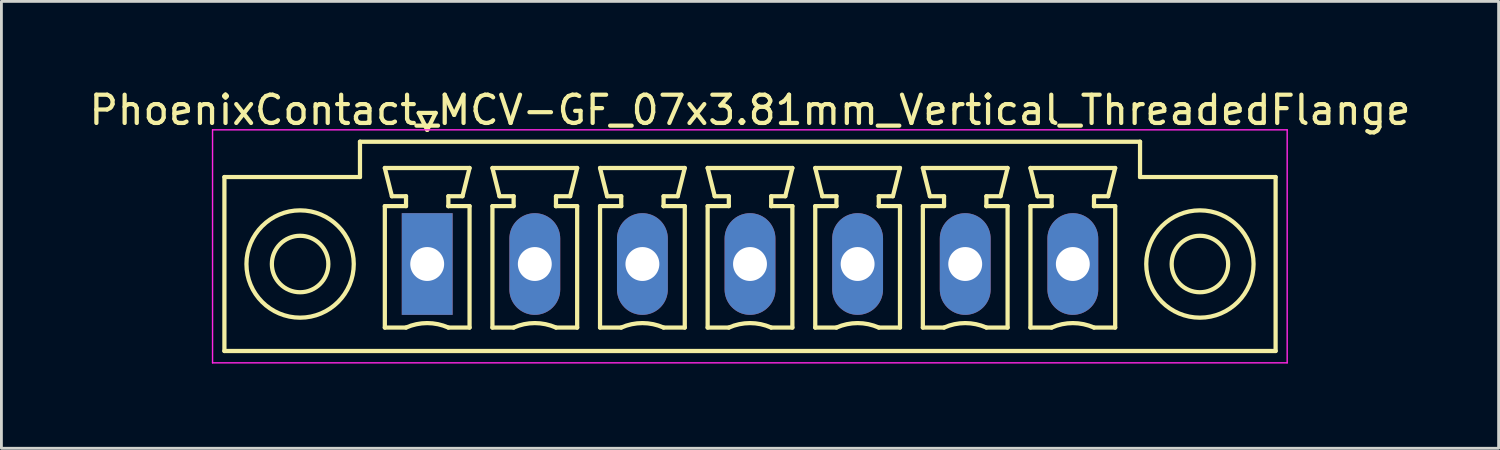
<source format=kicad_pcb>
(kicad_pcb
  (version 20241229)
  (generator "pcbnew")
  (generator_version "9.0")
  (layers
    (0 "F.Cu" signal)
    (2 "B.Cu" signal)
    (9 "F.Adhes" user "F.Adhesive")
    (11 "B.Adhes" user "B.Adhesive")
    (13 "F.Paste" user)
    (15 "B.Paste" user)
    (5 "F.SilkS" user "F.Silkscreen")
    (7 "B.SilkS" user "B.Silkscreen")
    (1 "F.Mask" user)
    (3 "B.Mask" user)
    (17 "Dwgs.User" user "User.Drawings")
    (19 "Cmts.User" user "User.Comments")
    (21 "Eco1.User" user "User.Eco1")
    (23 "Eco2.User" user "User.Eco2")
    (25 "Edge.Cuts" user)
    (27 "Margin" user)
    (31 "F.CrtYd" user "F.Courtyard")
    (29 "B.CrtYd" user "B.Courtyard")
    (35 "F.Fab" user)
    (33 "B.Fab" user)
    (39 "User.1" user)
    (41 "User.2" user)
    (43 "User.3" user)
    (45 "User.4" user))
  (footprint "PhoenixContact_MCV-GF_07x3.81mm_Vertical_ThreadedFlange"
    (layer "F.Cu")
    (at 12.076 6.298)
    (property "Reference" "PhoenixContact_MCV-GF_07x3.81mm_Vertical_ThreadedFlange" (at 11.43 -5.45 0) (layer "F.SilkS") (effects (font (size 1 1) (thickness 0.15))))
    (attr through_hole)
    (fp_line (start -7.18 -3.08) (end -7.18 3.08) (stroke (width 0.15) (type solid)) (layer "F.SilkS"))
    (fp_line (start -7.18 3.08) (end 30.04 3.08) (stroke (width 0.15) (type solid)) (layer "F.SilkS"))
    (fp_line (start -2.38 -4.33) (end -2.38 -3.08) (stroke (width 0.15) (type solid)) (layer "F.SilkS"))
    (fp_line (start -2.38 -3.08) (end -7.18 -3.08) (stroke (width 0.15) (type solid)) (layer "F.SilkS"))
    (fp_line (start -1.5 -3.4) (end 1.5 -3.4) (stroke (width 0.15) (type solid)) (layer "F.SilkS"))
    (fp_line (start -1.5 -2.05) (end -0.75 -2.05) (stroke (width 0.15) (type solid)) (layer "F.SilkS"))
    (fp_line (start -1.5 2.25) (end -1.5 -2.05) (stroke (width 0.15) (type solid)) (layer "F.SilkS"))
    (fp_line (start -1.25 -2.4) (end -1.5 -3.4) (stroke (width 0.15) (type solid)) (layer "F.SilkS"))
    (fp_line (start -0.75 -2.4) (end -1.25 -2.4) (stroke (width 0.15) (type solid)) (layer "F.SilkS"))
    (fp_line (start -0.75 -2.05) (end -0.75 -2.4) (stroke (width 0.15) (type solid)) (layer "F.SilkS"))
    (fp_line (start -0.75 2.25) (end -1.5 2.25) (stroke (width 0.15) (type solid)) (layer "F.SilkS"))
    (fp_line (start -0.3 -5.35) (end 0 -4.75) (stroke (width 0.15) (type solid)) (layer "F.SilkS"))
    (fp_line (start 0 -4.75) (end 0.3 -5.35) (stroke (width 0.15) (type solid)) (layer "F.SilkS"))
    (fp_line (start 0.3 -5.35) (end -0.3 -5.35) (stroke (width 0.15) (type solid)) (layer "F.SilkS"))
    (fp_line (start 0.75 -2.4) (end 0.75 -2.05) (stroke (width 0.15) (type solid)) (layer "F.SilkS"))
    (fp_line (start 0.75 -2.05) (end 0.75 -2.05) (stroke (width 0.15) (type solid)) (layer "F.SilkS"))
    (fp_line (start 0.75 -2.05) (end 1.5 -2.05) (stroke (width 0.15) (type solid)) (layer "F.SilkS"))
    (fp_line (start 1.25 -2.4) (end 0.75 -2.4) (stroke (width 0.15) (type solid)) (layer "F.SilkS"))
    (fp_line (start 1.5 -3.4) (end 1.25 -2.4) (stroke (width 0.15) (type solid)) (layer "F.SilkS"))
    (fp_line (start 1.5 -2.05) (end 1.5 2.25) (stroke (width 0.15) (type solid)) (layer "F.SilkS"))
    (fp_line (start 1.5 2.25) (end 0.75 2.25) (stroke (width 0.15) (type solid)) (layer "F.SilkS"))
    (fp_line (start 2.31 -3.4) (end 5.31 -3.4) (stroke (width 0.15) (type solid)) (layer "F.SilkS"))
    (fp_line (start 2.31 -2.05) (end 3.06 -2.05) (stroke (width 0.15) (type solid)) (layer "F.SilkS"))
    (fp_line (start 2.31 2.25) (end 2.31 -2.05) (stroke (width 0.15) (type solid)) (layer "F.SilkS"))
    (fp_line (start 2.56 -2.4) (end 2.31 -3.4) (stroke (width 0.15) (type solid)) (layer "F.SilkS"))
    (fp_line (start 3.06 -2.4) (end 2.56 -2.4) (stroke (width 0.15) (type solid)) (layer "F.SilkS"))
    (fp_line (start 3.06 -2.05) (end 3.06 -2.4) (stroke (width 0.15) (type solid)) (layer "F.SilkS"))
    (fp_line (start 3.06 2.25) (end 2.31 2.25) (stroke (width 0.15) (type solid)) (layer "F.SilkS"))
    (fp_line (start 4.56 -2.4) (end 4.56 -2.05) (stroke (width 0.15) (type solid)) (layer "F.SilkS"))
    (fp_line (start 4.56 -2.05) (end 4.56 -2.05) (stroke (width 0.15) (type solid)) (layer "F.SilkS"))
    (fp_line (start 4.56 -2.05) (end 5.31 -2.05) (stroke (width 0.15) (type solid)) (layer "F.SilkS"))
    (fp_line (start 5.06 -2.4) (end 4.56 -2.4) (stroke (width 0.15) (type solid)) (layer "F.SilkS"))
    (fp_line (start 5.31 -3.4) (end 5.06 -2.4) (stroke (width 0.15) (type solid)) (layer "F.SilkS"))
    (fp_line (start 5.31 -2.05) (end 5.31 2.25) (stroke (width 0.15) (type solid)) (layer "F.SilkS"))
    (fp_line (start 5.31 2.25) (end 4.56 2.25) (stroke (width 0.15) (type solid)) (layer "F.SilkS"))
    (fp_line (start 6.12 -3.4) (end 9.12 -3.4) (stroke (width 0.15) (type solid)) (layer "F.SilkS"))
    (fp_line (start 6.12 -2.05) (end 6.87 -2.05) (stroke (width 0.15) (type solid)) (layer "F.SilkS"))
    (fp_line (start 6.12 2.25) (end 6.12 -2.05) (stroke (width 0.15) (type solid)) (layer "F.SilkS"))
    (fp_line (start 6.37 -2.4) (end 6.12 -3.4) (stroke (width 0.15) (type solid)) (layer "F.SilkS"))
    (fp_line (start 6.87 -2.4) (end 6.37 -2.4) (stroke (width 0.15) (type solid)) (layer "F.SilkS"))
    (fp_line (start 6.87 -2.05) (end 6.87 -2.4) (stroke (width 0.15) (type solid)) (layer "F.SilkS"))
    (fp_line (start 6.87 2.25) (end 6.12 2.25) (stroke (width 0.15) (type solid)) (layer "F.SilkS"))
    (fp_line (start 8.37 -2.4) (end 8.37 -2.05) (stroke (width 0.15) (type solid)) (layer "F.SilkS"))
    (fp_line (start 8.37 -2.05) (end 8.37 -2.05) (stroke (width 0.15) (type solid)) (layer "F.SilkS"))
    (fp_line (start 8.37 -2.05) (end 9.12 -2.05) (stroke (width 0.15) (type solid)) (layer "F.SilkS"))
    (fp_line (start 8.87 -2.4) (end 8.37 -2.4) (stroke (width 0.15) (type solid)) (layer "F.SilkS"))
    (fp_line (start 9.12 -3.4) (end 8.87 -2.4) (stroke (width 0.15) (type solid)) (layer "F.SilkS"))
    (fp_line (start 9.12 -2.05) (end 9.12 2.25) (stroke (width 0.15) (type solid)) (layer "F.SilkS"))
    (fp_line (start 9.12 2.25) (end 8.37 2.25) (stroke (width 0.15) (type solid)) (layer "F.SilkS"))
    (fp_line (start 9.93 -3.4) (end 12.93 -3.4) (stroke (width 0.15) (type solid)) (layer "F.SilkS"))
    (fp_line (start 9.93 -2.05) (end 10.68 -2.05) (stroke (width 0.15) (type solid)) (layer "F.SilkS"))
    (fp_line (start 9.93 2.25) (end 9.93 -2.05) (stroke (width 0.15) (type solid)) (layer "F.SilkS"))
    (fp_line (start 10.18 -2.4) (end 9.93 -3.4) (stroke (width 0.15) (type solid)) (layer "F.SilkS"))
    (fp_line (start 10.68 -2.4) (end 10.18 -2.4) (stroke (width 0.15) (type solid)) (layer "F.SilkS"))
    (fp_line (start 10.68 -2.05) (end 10.68 -2.4) (stroke (width 0.15) (type solid)) (layer "F.SilkS"))
    (fp_line (start 10.68 2.25) (end 9.93 2.25) (stroke (width 0.15) (type solid)) (layer "F.SilkS"))
    (fp_line (start 12.18 -2.4) (end 12.18 -2.05) (stroke (width 0.15) (type solid)) (layer "F.SilkS"))
    (fp_line (start 12.18 -2.05) (end 12.18 -2.05) (stroke (width 0.15) (type solid)) (layer "F.SilkS"))
    (fp_line (start 12.18 -2.05) (end 12.93 -2.05) (stroke (width 0.15) (type solid)) (layer "F.SilkS"))
    (fp_line (start 12.68 -2.4) (end 12.18 -2.4) (stroke (width 0.15) (type solid)) (layer "F.SilkS"))
    (fp_line (start 12.93 -3.4) (end 12.68 -2.4) (stroke (width 0.15) (type solid)) (layer "F.SilkS"))
    (fp_line (start 12.93 -2.05) (end 12.93 2.25) (stroke (width 0.15) (type solid)) (layer "F.SilkS"))
    (fp_line (start 12.93 2.25) (end 12.18 2.25) (stroke (width 0.15) (type solid)) (layer "F.SilkS"))
    (fp_line (start 13.74 -3.4) (end 16.74 -3.4) (stroke (width 0.15) (type solid)) (layer "F.SilkS"))
    (fp_line (start 13.74 -2.05) (end 14.49 -2.05) (stroke (width 0.15) (type solid)) (layer "F.SilkS"))
    (fp_line (start 13.74 2.25) (end 13.74 -2.05) (stroke (width 0.15) (type solid)) (layer "F.SilkS"))
    (fp_line (start 13.99 -2.4) (end 13.74 -3.4) (stroke (width 0.15) (type solid)) (layer "F.SilkS"))
    (fp_line (start 14.49 -2.4) (end 13.99 -2.4) (stroke (width 0.15) (type solid)) (layer "F.SilkS"))
    (fp_line (start 14.49 -2.05) (end 14.49 -2.4) (stroke (width 0.15) (type solid)) (layer "F.SilkS"))
    (fp_line (start 14.49 2.25) (end 13.74 2.25) (stroke (width 0.15) (type solid)) (layer "F.SilkS"))
    (fp_line (start 15.99 -2.4) (end 15.99 -2.05) (stroke (width 0.15) (type solid)) (layer "F.SilkS"))
    (fp_line (start 15.99 -2.05) (end 15.99 -2.05) (stroke (width 0.15) (type solid)) (layer "F.SilkS"))
    (fp_line (start 15.99 -2.05) (end 16.74 -2.05) (stroke (width 0.15) (type solid)) (layer "F.SilkS"))
    (fp_line (start 16.49 -2.4) (end 15.99 -2.4) (stroke (width 0.15) (type solid)) (layer "F.SilkS"))
    (fp_line (start 16.74 -3.4) (end 16.49 -2.4) (stroke (width 0.15) (type solid)) (layer "F.SilkS"))
    (fp_line (start 16.74 -2.05) (end 16.74 2.25) (stroke (width 0.15) (type solid)) (layer "F.SilkS"))
    (fp_line (start 16.74 2.25) (end 15.99 2.25) (stroke (width 0.15) (type solid)) (layer "F.SilkS"))
    (fp_line (start 17.55 -3.4) (end 20.55 -3.4) (stroke (width 0.15) (type solid)) (layer "F.SilkS"))
    (fp_line (start 17.55 -2.05) (end 18.3 -2.05) (stroke (width 0.15) (type solid)) (layer "F.SilkS"))
    (fp_line (start 17.55 2.25) (end 17.55 -2.05) (stroke (width 0.15) (type solid)) (layer "F.SilkS"))
    (fp_line (start 17.8 -2.4) (end 17.55 -3.4) (stroke (width 0.15) (type solid)) (layer "F.SilkS"))
    (fp_line (start 18.3 -2.4) (end 17.8 -2.4) (stroke (width 0.15) (type solid)) (layer "F.SilkS"))
    (fp_line (start 18.3 -2.05) (end 18.3 -2.4) (stroke (width 0.15) (type solid)) (layer "F.SilkS"))
    (fp_line (start 18.3 2.25) (end 17.55 2.25) (stroke (width 0.15) (type solid)) (layer "F.SilkS"))
    (fp_line (start 19.8 -2.4) (end 19.8 -2.05) (stroke (width 0.15) (type solid)) (layer "F.SilkS"))
    (fp_line (start 19.8 -2.05) (end 19.8 -2.05) (stroke (width 0.15) (type solid)) (layer "F.SilkS"))
    (fp_line (start 19.8 -2.05) (end 20.55 -2.05) (stroke (width 0.15) (type solid)) (layer "F.SilkS"))
    (fp_line (start 20.3 -2.4) (end 19.8 -2.4) (stroke (width 0.15) (type solid)) (layer "F.SilkS"))
    (fp_line (start 20.55 -3.4) (end 20.3 -2.4) (stroke (width 0.15) (type solid)) (layer "F.SilkS"))
    (fp_line (start 20.55 -2.05) (end 20.55 2.25) (stroke (width 0.15) (type solid)) (layer "F.SilkS"))
    (fp_line (start 20.55 2.25) (end 19.8 2.25) (stroke (width 0.15) (type solid)) (layer "F.SilkS"))
    (fp_line (start 21.36 -3.4) (end 24.36 -3.4) (stroke (width 0.15) (type solid)) (layer "F.SilkS"))
    (fp_line (start 21.36 -2.05) (end 22.11 -2.05) (stroke (width 0.15) (type solid)) (layer "F.SilkS"))
    (fp_line (start 21.36 2.25) (end 21.36 -2.05) (stroke (width 0.15) (type solid)) (layer "F.SilkS"))
    (fp_line (start 21.61 -2.4) (end 21.36 -3.4) (stroke (width 0.15) (type solid)) (layer "F.SilkS"))
    (fp_line (start 22.11 -2.4) (end 21.61 -2.4) (stroke (width 0.15) (type solid)) (layer "F.SilkS"))
    (fp_line (start 22.11 -2.05) (end 22.11 -2.4) (stroke (width 0.15) (type solid)) (layer "F.SilkS"))
    (fp_line (start 22.11 2.25) (end 21.36 2.25) (stroke (width 0.15) (type solid)) (layer "F.SilkS"))
    (fp_line (start 23.61 -2.4) (end 23.61 -2.05) (stroke (width 0.15) (type solid)) (layer "F.SilkS"))
    (fp_line (start 23.61 -2.05) (end 23.61 -2.05) (stroke (width 0.15) (type solid)) (layer "F.SilkS"))
    (fp_line (start 23.61 -2.05) (end 24.36 -2.05) (stroke (width 0.15) (type solid)) (layer "F.SilkS"))
    (fp_line (start 24.11 -2.4) (end 23.61 -2.4) (stroke (width 0.15) (type solid)) (layer "F.SilkS"))
    (fp_line (start 24.36 -3.4) (end 24.11 -2.4) (stroke (width 0.15) (type solid)) (layer "F.SilkS"))
    (fp_line (start 24.36 -2.05) (end 24.36 2.25) (stroke (width 0.15) (type solid)) (layer "F.SilkS"))
    (fp_line (start 24.36 2.25) (end 23.61 2.25) (stroke (width 0.15) (type solid)) (layer "F.SilkS"))
    (fp_line (start 25.24 -4.33) (end -2.38 -4.33) (stroke (width 0.15) (type solid)) (layer "F.SilkS"))
    (fp_line (start 25.24 -3.08) (end 25.24 -4.33) (stroke (width 0.15) (type solid)) (layer "F.SilkS"))
    (fp_line (start 30.04 -3.08) (end 25.24 -3.08) (stroke (width 0.15) (type solid)) (layer "F.SilkS"))
    (fp_line (start 30.04 3.08) (end 30.04 -3.08) (stroke (width 0.15) (type solid)) (layer "F.SilkS"))
    (fp_arc (start -0.75 2.25) (mid -0.000193 2.09191) (end 0.749647 2.249844) (stroke (width 0.15) (type solid)) (layer "F.SilkS"))
    (fp_arc (start 3.06 2.25) (mid 3.809807 2.09191) (end 4.559647 2.249844) (stroke (width 0.15) (type solid)) (layer "F.SilkS"))
    (fp_arc (start 6.87 2.25) (mid 7.619807 2.09191) (end 8.369647 2.249844) (stroke (width 0.15) (type solid)) (layer "F.SilkS"))
    (fp_arc (start 10.68 2.25) (mid 11.429807 2.09191) (end 12.179647 2.249844) (stroke (width 0.15) (type solid)) (layer "F.SilkS"))
    (fp_arc (start 14.49 2.25) (mid 15.239807 2.09191) (end 15.989647 2.249844) (stroke (width 0.15) (type solid)) (layer "F.SilkS"))
    (fp_arc (start 18.3 2.25) (mid 19.049807 2.09191) (end 19.799647 2.249844) (stroke (width 0.15) (type solid)) (layer "F.SilkS"))
    (fp_arc (start 22.11 2.25) (mid 22.859807 2.09191) (end 23.609647 2.249844) (stroke (width 0.15) (type solid)) (layer "F.SilkS"))
    (fp_circle (center -4.5 0) (end -3.5 0) (stroke (width 0.15) (type solid)) (fill no) (layer "F.SilkS"))
    (fp_circle (center -4.5 0) (end -2.6 0) (stroke (width 0.15) (type solid)) (fill no) (layer "F.SilkS"))
    (fp_circle (center 27.36 0) (end 28.36 0) (stroke (width 0.15) (type solid)) (fill no) (layer "F.SilkS"))
    (fp_circle (center 27.36 0) (end 29.26 0) (stroke (width 0.15) (type solid)) (fill no) (layer "F.SilkS"))
    (fp_line (start -7.6 -4.75) (end -7.6 3.5) (stroke (width 0.05) (type solid)) (layer "F.CrtYd"))
    (fp_line (start -7.6 3.5) (end 30.45 3.5) (stroke (width 0.05) (type solid)) (layer "F.CrtYd"))
    (fp_line (start 30.45 -4.75) (end -7.6 -4.75) (stroke (width 0.05) (type solid)) (layer "F.CrtYd"))
    (fp_line (start 30.45 3.5) (end 30.45 -4.75) (stroke (width 0.05) (type solid)) (layer "F.CrtYd"))
    (pad "1" thru_hole rect (at 0 0) (size 1.8 3.6) (drill 1.2) (layers "*.Cu" "*.Mask"))
    (pad "2" thru_hole oval (at 3.81 0) (size 1.8 3.6) (drill 1.2) (layers "*.Cu" "*.Mask"))
    (pad "3" thru_hole oval (at 7.62 0) (size 1.8 3.6) (drill 1.2) (layers "*.Cu" "*.Mask"))
    (pad "4" thru_hole oval (at 11.43 0) (size 1.8 3.6) (drill 1.2) (layers "*.Cu" "*.Mask"))
    (pad "5" thru_hole oval (at 15.24 0) (size 1.8 3.6) (drill 1.2) (layers "*.Cu" "*.Mask"))
    (pad "6" thru_hole oval (at 19.05 0) (size 1.8 3.6) (drill 1.2) (layers "*.Cu" "*.Mask"))
    (pad "7" thru_hole oval (at 22.86 0) (size 1.8 3.6) (drill 1.2) (layers "*.Cu" "*.Mask")))
  (gr_rect
    (start -3 -3)
    (end 50.012 12.823)
    (stroke (width 0.1) (type default))
    (fill no)
    (layer "Edge.Cuts")))
</source>
